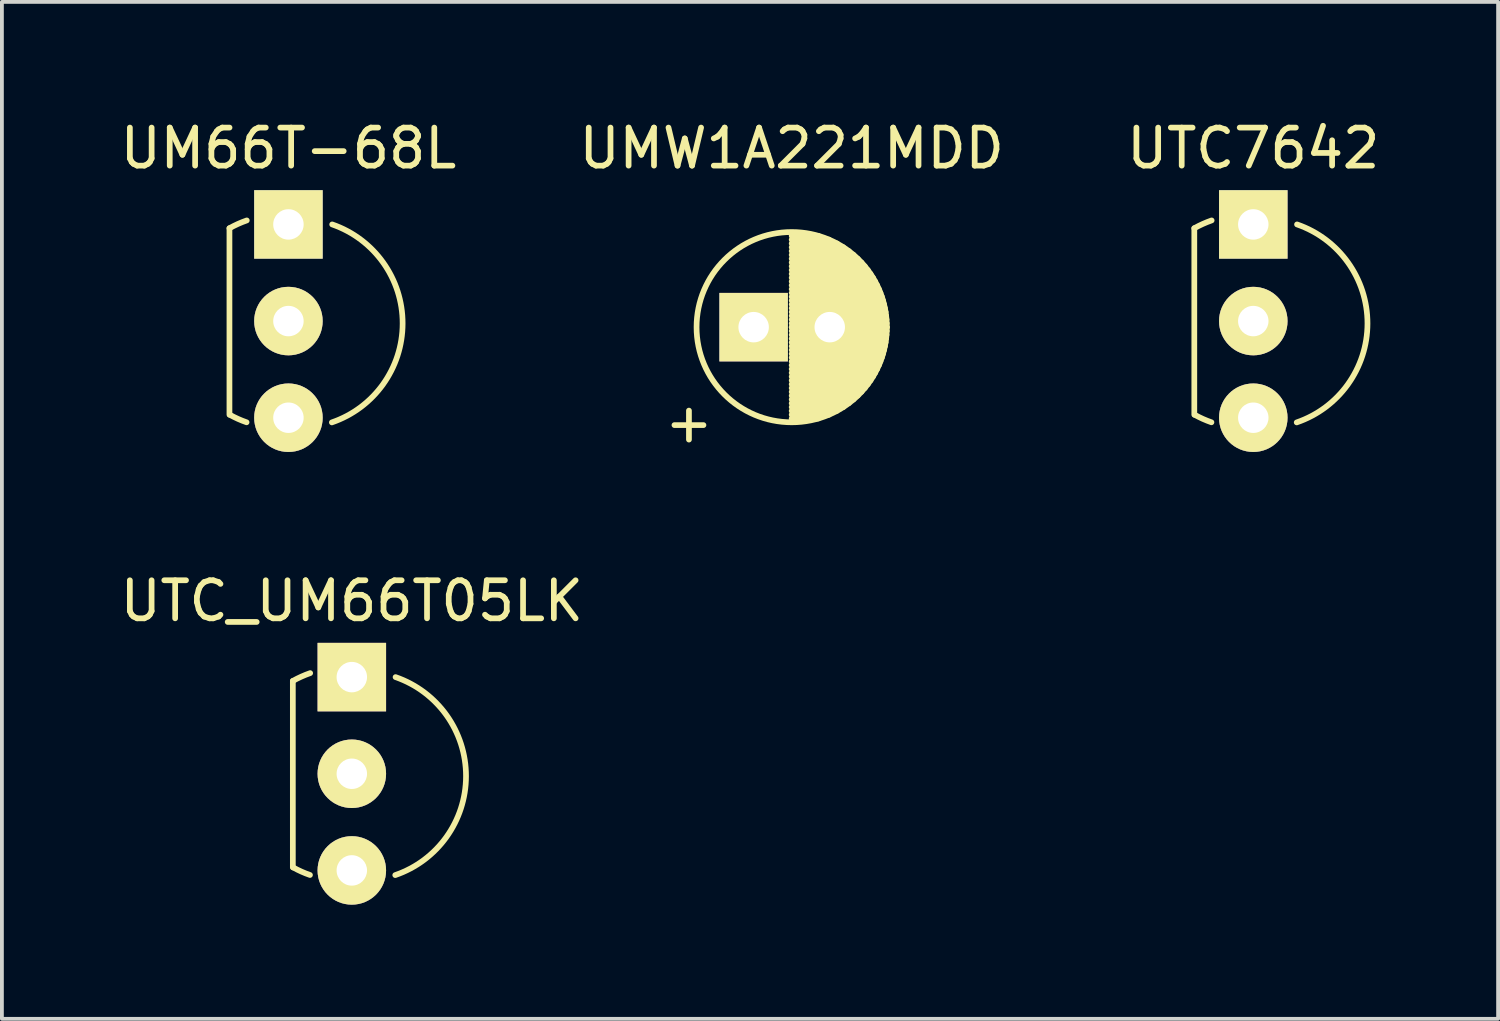
<source format=kicad_pcb>
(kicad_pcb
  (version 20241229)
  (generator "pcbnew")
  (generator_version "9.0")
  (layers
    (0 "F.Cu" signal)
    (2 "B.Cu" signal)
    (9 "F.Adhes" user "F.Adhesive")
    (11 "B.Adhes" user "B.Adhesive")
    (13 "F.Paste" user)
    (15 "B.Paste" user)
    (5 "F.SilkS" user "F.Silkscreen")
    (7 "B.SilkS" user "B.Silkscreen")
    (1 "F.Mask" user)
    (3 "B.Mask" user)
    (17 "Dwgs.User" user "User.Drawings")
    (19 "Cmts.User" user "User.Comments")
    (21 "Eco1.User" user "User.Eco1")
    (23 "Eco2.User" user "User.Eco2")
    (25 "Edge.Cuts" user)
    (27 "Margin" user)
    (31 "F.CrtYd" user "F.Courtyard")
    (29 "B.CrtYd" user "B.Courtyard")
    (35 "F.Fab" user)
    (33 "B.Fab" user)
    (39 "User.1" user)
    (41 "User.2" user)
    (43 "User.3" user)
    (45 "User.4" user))
  (footprint "UM66T-68L"
    (layer "F.Cu")
    (at 4.53 2.848)
    (property "Reference" "UM66T-68L" (at 0 -2 0) (layer "F.SilkS") (effects (font (size 1 1) (thickness 0.15))))
    (attr through_hole)
    (fp_line (start -1.55 5) (end -1.55 0.1) (stroke (width 0.15) (type solid)) (layer "F.SilkS"))
    (fp_arc (start -1.55 0.1) (mid -1.326783 -0.012505) (end -1.09461 -0.105127) (stroke (width 0.15) (type solid)) (layer "F.SilkS"))
    (fp_arc (start -1.1 5.2) (mid -1.32318 5.111666) (end -1.537812 5.004217) (stroke (width 0.15) (type solid)) (layer "F.SilkS"))
    (fp_arc (start 1.15 0) (mid 3.00136 2.60449) (end 1.14151 5.202923) (stroke (width 0.15) (type solid)) (layer "F.SilkS"))
    (pad "1" thru_hole rect (at 0 0) (size 1.8 1.8) (drill 0.8) (layers "*.Cu" "*.Mask" "F.SilkS"))
    (pad "2" thru_hole circle (at 0 2.54) (size 1.8 1.8) (drill 0.8) (layers "*.Cu" "*.Mask" "F.SilkS"))
    (pad "3" thru_hole circle (at 0 5.08) (size 1.8 1.8) (drill 0.8) (layers "*.Cu" "*.Mask" "F.SilkS")))
  (footprint "UTC_UM66T05LK"
    (layer "F.Cu")
    (at 6.196 14.745)
    (property "Reference" "UTC_UM66T05LK" (at 0 -2 0) (layer "F.SilkS") (effects (font (size 1 1) (thickness 0.15))))
    (attr through_hole)
    (fp_line (start -1.55 5) (end -1.55 0.1) (stroke (width 0.15) (type solid)) (layer "F.SilkS"))
    (fp_arc (start -1.55 0.1) (mid -1.326783 -0.012505) (end -1.09461 -0.105127) (stroke (width 0.15) (type solid)) (layer "F.SilkS"))
    (fp_arc (start -1.1 5.2) (mid -1.32318 5.111666) (end -1.537812 5.004217) (stroke (width 0.15) (type solid)) (layer "F.SilkS"))
    (fp_arc (start 1.15 0) (mid 3.00136 2.60449) (end 1.14151 5.202923) (stroke (width 0.15) (type solid)) (layer "F.SilkS"))
    (pad "1" thru_hole rect (at 0 0) (size 1.8 1.8) (drill 0.8) (layers "*.Cu" "*.Mask" "F.SilkS"))
    (pad "2" thru_hole circle (at 0 2.54) (size 1.8 1.8) (drill 0.8) (layers "*.Cu" "*.Mask" "F.SilkS"))
    (pad "3" thru_hole circle (at 0 5.08) (size 1.8 1.8) (drill 0.8) (layers "*.Cu" "*.Mask" "F.SilkS")))
  (footprint "UMW1A221MDD"
    (layer "F.Cu")
    (at 16.756 5.548)
    (property "Reference" "UMW1A221MDD" (at 1 -4.7 0) (layer "F.SilkS") (effects (font (size 1 1) (thickness 0.15))))
    (attr through_hole)
    (fp_line (start 1 -2.4) (end 1.7 -2.4) (stroke (width 0.15) (type solid)) (layer "F.SilkS"))
    (fp_line (start 1 -2.3) (end 1.98 -2.3) (stroke (width 0.15) (type solid)) (layer "F.SilkS"))
    (fp_line (start 1 -2.2) (end 2.187 -2.2) (stroke (width 0.15) (type solid)) (layer "F.SilkS"))
    (fp_line (start 1 -2.1) (end 2.356 -2.1) (stroke (width 0.15) (type solid)) (layer "F.SilkS"))
    (fp_line (start 1 -2) (end 2.5 -2) (stroke (width 0.15) (type solid)) (layer "F.SilkS"))
    (fp_line (start 1 -1.9) (end 2.625 -1.9) (stroke (width 0.15) (type solid)) (layer "F.SilkS"))
    (fp_line (start 1 -1.8) (end 2.735 -1.8) (stroke (width 0.15) (type solid)) (layer "F.SilkS"))
    (fp_line (start 1 -1.7) (end 2.833 -1.7) (stroke (width 0.15) (type solid)) (layer "F.SilkS"))
    (fp_line (start 1 -1.6) (end 2.921 -1.6) (stroke (width 0.15) (type solid)) (layer "F.SilkS"))
    (fp_line (start 1 -1.5) (end 3 -1.5) (stroke (width 0.15) (type solid)) (layer "F.SilkS"))
    (fp_line (start 1 -1.4) (end 3.071 -1.4) (stroke (width 0.15) (type solid)) (layer "F.SilkS"))
    (fp_line (start 1 -1.3) (end 3.135 -1.3) (stroke (width 0.15) (type solid)) (layer "F.SilkS"))
    (fp_line (start 1 -1.2) (end 3.193 -1.2) (stroke (width 0.15) (type solid)) (layer "F.SilkS"))
    (fp_line (start 1 -1.1) (end 3.245 -1.1) (stroke (width 0.15) (type solid)) (layer "F.SilkS"))
    (fp_line (start 1 -1) (end 3.291 -1) (stroke (width 0.15) (type solid)) (layer "F.SilkS"))
    (fp_line (start 1 -0.9) (end 3.332 -0.9) (stroke (width 0.15) (type solid)) (layer "F.SilkS"))
    (fp_line (start 1 -0.8) (end 3.369 -0.8) (stroke (width 0.15) (type solid)) (layer "F.SilkS"))
    (fp_line (start 1 -0.7) (end 3.4 -0.7) (stroke (width 0.15) (type solid)) (layer "F.SilkS"))
    (fp_line (start 1 -0.6) (end 3.427 -0.6) (stroke (width 0.15) (type solid)) (layer "F.SilkS"))
    (fp_line (start 1 -0.5) (end 3.449 -0.5) (stroke (width 0.15) (type solid)) (layer "F.SilkS"))
    (fp_line (start 1 -0.4) (end 3.468 -0.4) (stroke (width 0.15) (type solid)) (layer "F.SilkS"))
    (fp_line (start 1 -0.3) (end 3.482 -0.3) (stroke (width 0.15) (type solid)) (layer "F.SilkS"))
    (fp_line (start 1 -0.2) (end 3.492 -0.2) (stroke (width 0.15) (type solid)) (layer "F.SilkS"))
    (fp_line (start 1 -0.1) (end 3.498 -0.1) (stroke (width 0.15) (type solid)) (layer "F.SilkS"))
    (fp_line (start 1 0) (end 3.5 0) (stroke (width 0.15) (type solid)) (layer "F.SilkS"))
    (fp_line (start 1 0) (end 3.5 0) (stroke (width 0.15) (type solid)) (layer "F.SilkS"))
    (fp_line (start 1 0.1) (end 3.498 0.1) (stroke (width 0.15) (type solid)) (layer "F.SilkS"))
    (fp_line (start 1 0.2) (end 3.492 0.2) (stroke (width 0.15) (type solid)) (layer "F.SilkS"))
    (fp_line (start 1 0.3) (end 3.482 0.3) (stroke (width 0.15) (type solid)) (layer "F.SilkS"))
    (fp_line (start 1 0.4) (end 3.468 0.4) (stroke (width 0.15) (type solid)) (layer "F.SilkS"))
    (fp_line (start 1 0.5) (end 3.449 0.5) (stroke (width 0.15) (type solid)) (layer "F.SilkS"))
    (fp_line (start 1 0.6) (end 3.427 0.6) (stroke (width 0.15) (type solid)) (layer "F.SilkS"))
    (fp_line (start 1 0.7) (end 3.4 0.7) (stroke (width 0.15) (type solid)) (layer "F.SilkS"))
    (fp_line (start 1 0.8) (end 3.369 0.8) (stroke (width 0.15) (type solid)) (layer "F.SilkS"))
    (fp_line (start 1 0.9) (end 3.332 0.9) (stroke (width 0.15) (type solid)) (layer "F.SilkS"))
    (fp_line (start 1 1) (end 3.291 1) (stroke (width 0.15) (type solid)) (layer "F.SilkS"))
    (fp_line (start 1 1.1) (end 3.245 1.1) (stroke (width 0.15) (type solid)) (layer "F.SilkS"))
    (fp_line (start 1 1.2) (end 3.193 1.2) (stroke (width 0.15) (type solid)) (layer "F.SilkS"))
    (fp_line (start 1 1.3) (end 3.135 1.3) (stroke (width 0.15) (type solid)) (layer "F.SilkS"))
    (fp_line (start 1 1.4) (end 3.071 1.4) (stroke (width 0.15) (type solid)) (layer "F.SilkS"))
    (fp_line (start 1 1.5) (end 3 1.5) (stroke (width 0.15) (type solid)) (layer "F.SilkS"))
    (fp_line (start 1 1.6) (end 2.921 1.6) (stroke (width 0.15) (type solid)) (layer "F.SilkS"))
    (fp_line (start 1 1.7) (end 2.833 1.7) (stroke (width 0.15) (type solid)) (layer "F.SilkS"))
    (fp_line (start 1 1.8) (end 2.735 1.8) (stroke (width 0.15) (type solid)) (layer "F.SilkS"))
    (fp_line (start 1 1.9) (end 2.625 1.9) (stroke (width 0.15) (type solid)) (layer "F.SilkS"))
    (fp_line (start 1 2) (end 2.5 2) (stroke (width 0.15) (type solid)) (layer "F.SilkS"))
    (fp_line (start 1 2.1) (end 2.356 2.1) (stroke (width 0.15) (type solid)) (layer "F.SilkS"))
    (fp_line (start 1 2.2) (end 2.187 2.2) (stroke (width 0.15) (type solid)) (layer "F.SilkS"))
    (fp_line (start 1 2.3) (end 1.98 2.3) (stroke (width 0.15) (type solid)) (layer "F.SilkS"))
    (fp_line (start 1 2.4) (end 1.7 2.4) (stroke (width 0.15) (type solid)) (layer "F.SilkS"))
    (fp_circle (center 1 0) (end 1 -2.5) (stroke (width 0.15) (type solid)) (fill no) (layer "F.SilkS"))
    (fp_text user "+" (at -1.7 2.5 0) (layer "F.SilkS") (effects (font (size 1 1) (thickness 0.15))))
    (pad "1" thru_hole rect (at 0 0) (size 1.8 1.8) (drill 0.8) (layers "*.Cu" "*.Mask" "F.SilkS"))
    (pad "2" thru_hole circle (at 2 0) (size 1.8 1.8) (drill 0.8) (layers "*.Cu" "*.Mask" "F.SilkS")))
  (footprint "UTC7642"
    (layer "F.Cu")
    (at 29.887 2.848)
    (property "Reference" "UTC7642" (at 0 -2 0) (layer "F.SilkS") (effects (font (size 1 1) (thickness 0.15))))
    (attr through_hole)
    (fp_line (start -1.55 5) (end -1.55 0.1) (stroke (width 0.15) (type solid)) (layer "F.SilkS"))
    (fp_arc (start -1.55 0.1) (mid -1.326783 -0.012505) (end -1.09461 -0.105127) (stroke (width 0.15) (type solid)) (layer "F.SilkS"))
    (fp_arc (start -1.1 5.2) (mid -1.32318 5.111666) (end -1.537812 5.004217) (stroke (width 0.15) (type solid)) (layer "F.SilkS"))
    (fp_arc (start 1.15 0) (mid 3.00136 2.60449) (end 1.14151 5.202923) (stroke (width 0.15) (type solid)) (layer "F.SilkS"))
    (pad "1" thru_hole rect (at 0 0) (size 1.8 1.8) (drill 0.8) (layers "*.Cu" "*.Mask" "F.SilkS"))
    (pad "2" thru_hole circle (at 0 2.54) (size 1.8 1.8) (drill 0.8) (layers "*.Cu" "*.Mask" "F.SilkS"))
    (pad "3" thru_hole circle (at 0 5.08) (size 1.8 1.8) (drill 0.8) (layers "*.Cu" "*.Mask" "F.SilkS")))
  (gr_rect
    (start -3 -3)
    (end 36.321 23.725)
    (stroke (width 0.1) (type default))
    (fill no)
    (layer "Edge.Cuts")))
</source>
